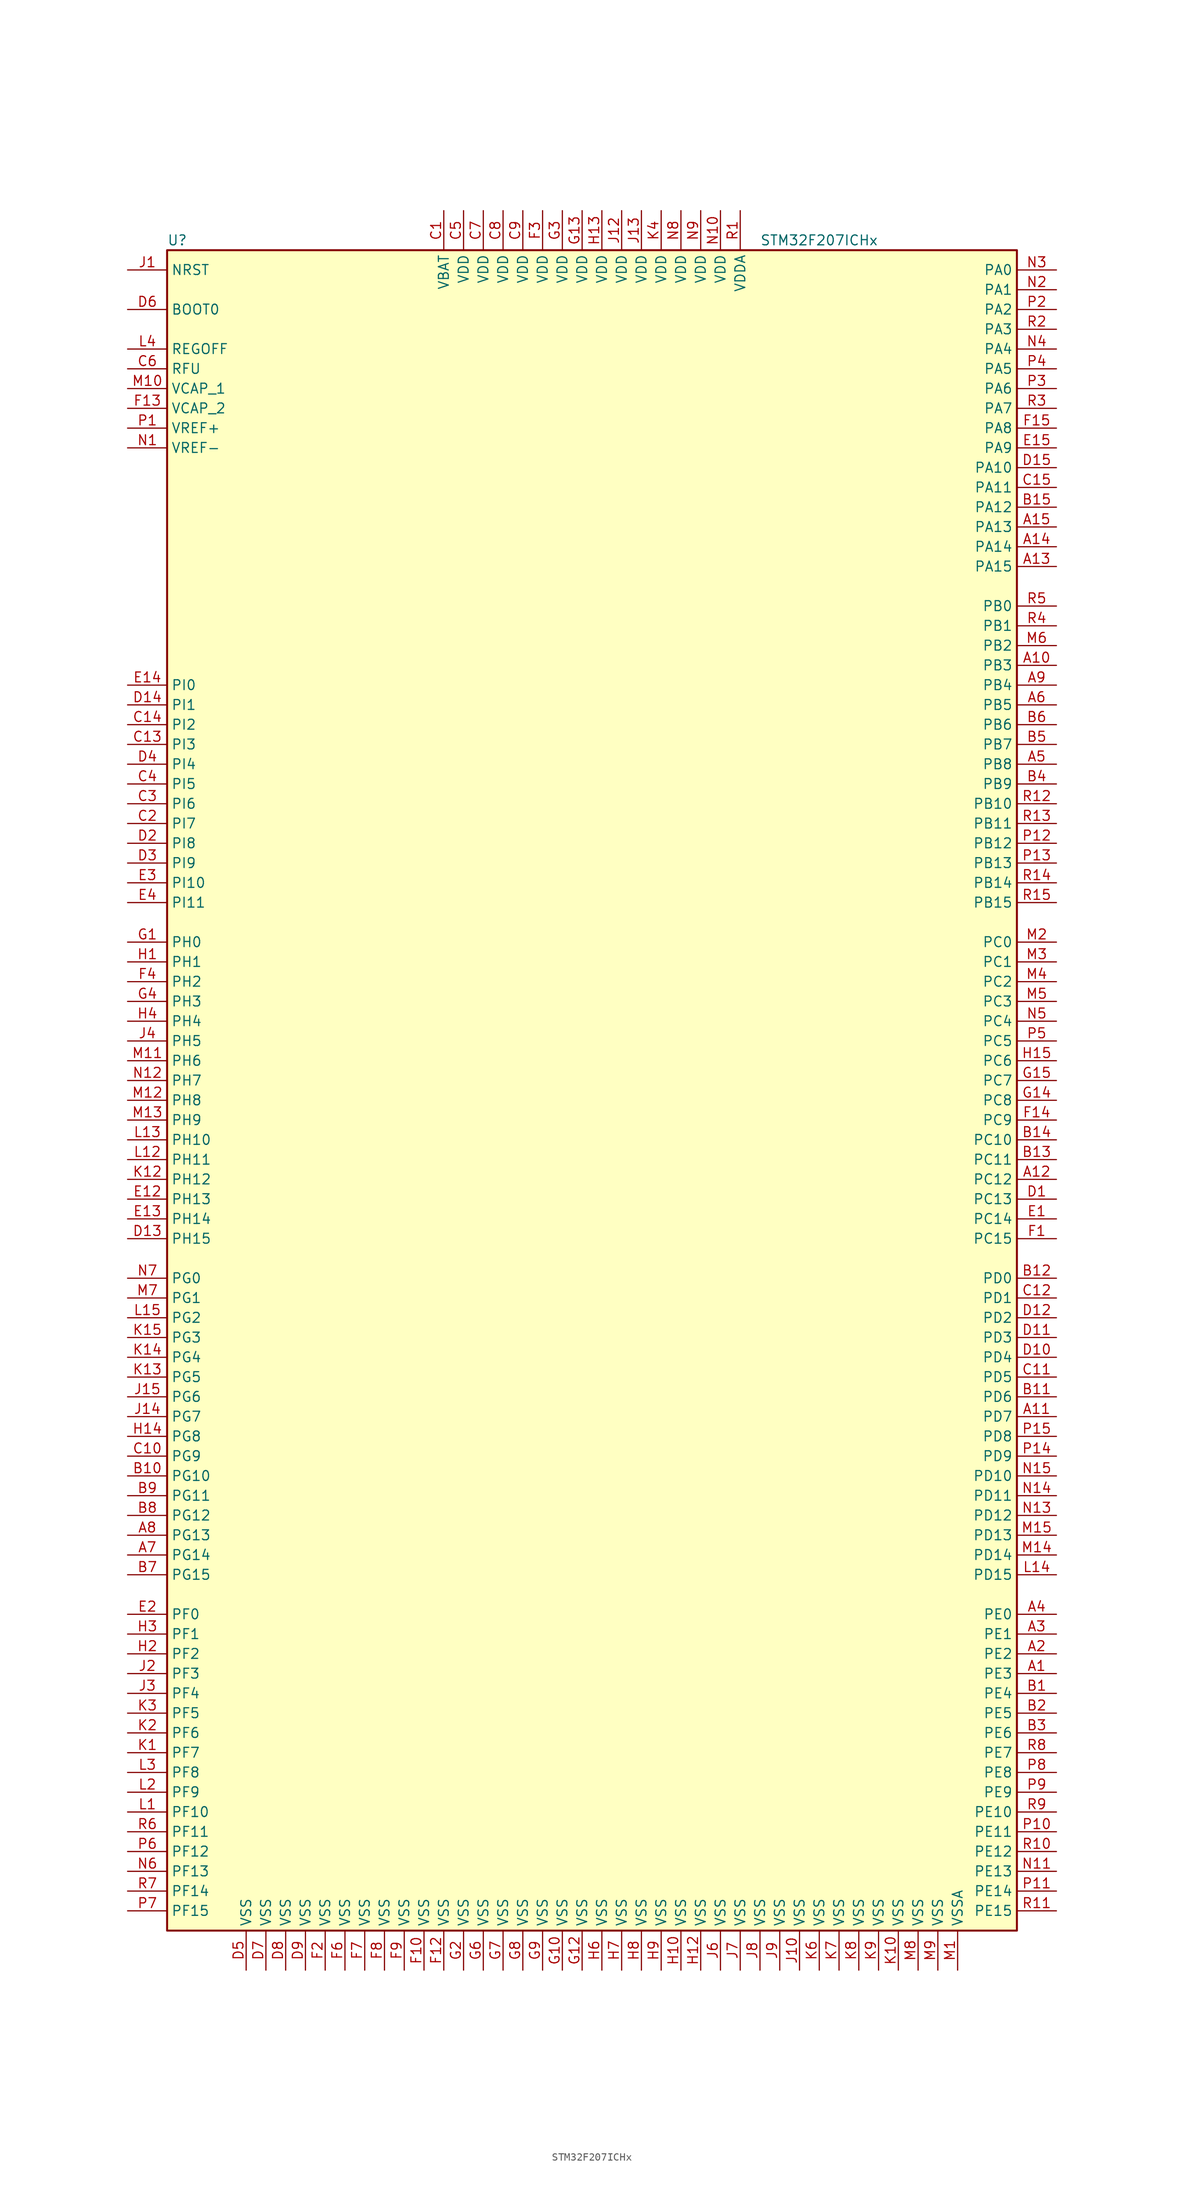
<source format=kicad_sym>
(kicad_symbol_lib
  (version 20201005)
  (generator kicad_symbol_editor)
  (symbol "MCU_ST_STM32F2:STM32F207ICHx"
    (property "Reference" "U"
      (at -55.88 107.95 0)
      (effects (font (size 1.27 1.27)) (justify left)))
    (property "Value" "STM32F207ICHx"
      (at 20.32 107.95 0)
      (effects (font (size 1.27 1.27)) (justify left)))
    (symbol "STM32F207ICHx_0_1"
      (rectangle (start -55.88 -109.22) (end 53.34 106.68) (stroke (width 0.254)) (fill (type background))))
    (symbol "STM32F207ICHx_1_1"
      (pin input line (at -60.96 99.06 0) (length 5.08) (name "BOOT0" (effects (font (size 1.27 1.27)))) (number "D6" (effects (font (size 1.27 1.27)))))
      (pin input line (at -60.96 104.14 0) (length 5.08) (name "NRST" (effects (font (size 1.27 1.27)))) (number "J1" (effects (font (size 1.27 1.27)))))
      (pin bidirectional line (at 58.42 104.14 180) (length 5.08) (name "PA0" (effects (font (size 1.27 1.27)))) (number "N3" (effects (font (size 1.27 1.27)))))
      (pin bidirectional line (at 58.42 101.6 180) (length 5.08) (name "PA1" (effects (font (size 1.27 1.27)))) (number "N2" (effects (font (size 1.27 1.27)))))
      (pin bidirectional line (at 58.42 78.74 180) (length 5.08) (name "PA10" (effects (font (size 1.27 1.27)))) (number "D15" (effects (font (size 1.27 1.27)))))
      (pin bidirectional line (at 58.42 76.2 180) (length 5.08) (name "PA11" (effects (font (size 1.27 1.27)))) (number "C15" (effects (font (size 1.27 1.27)))))
      (pin bidirectional line (at 58.42 73.66 180) (length 5.08) (name "PA12" (effects (font (size 1.27 1.27)))) (number "B15" (effects (font (size 1.27 1.27)))))
      (pin bidirectional line (at 58.42 71.12 180) (length 5.08) (name "PA13" (effects (font (size 1.27 1.27)))) (number "A15" (effects (font (size 1.27 1.27)))))
      (pin bidirectional line (at 58.42 68.58 180) (length 5.08) (name "PA14" (effects (font (size 1.27 1.27)))) (number "A14" (effects (font (size 1.27 1.27)))))
      (pin bidirectional line (at 58.42 66.04 180) (length 5.08) (name "PA15" (effects (font (size 1.27 1.27)))) (number "A13" (effects (font (size 1.27 1.27)))))
      (pin bidirectional line (at 58.42 99.06 180) (length 5.08) (name "PA2" (effects (font (size 1.27 1.27)))) (number "P2" (effects (font (size 1.27 1.27)))))
      (pin bidirectional line (at 58.42 96.52 180) (length 5.08) (name "PA3" (effects (font (size 1.27 1.27)))) (number "R2" (effects (font (size 1.27 1.27)))))
      (pin bidirectional line (at 58.42 93.98 180) (length 5.08) (name "PA4" (effects (font (size 1.27 1.27)))) (number "N4" (effects (font (size 1.27 1.27)))))
      (pin bidirectional line (at 58.42 91.44 180) (length 5.08) (name "PA5" (effects (font (size 1.27 1.27)))) (number "P4" (effects (font (size 1.27 1.27)))))
      (pin bidirectional line (at 58.42 88.9 180) (length 5.08) (name "PA6" (effects (font (size 1.27 1.27)))) (number "P3" (effects (font (size 1.27 1.27)))))
      (pin bidirectional line (at 58.42 86.36 180) (length 5.08) (name "PA7" (effects (font (size 1.27 1.27)))) (number "R3" (effects (font (size 1.27 1.27)))))
      (pin bidirectional line (at 58.42 83.82 180) (length 5.08) (name "PA8" (effects (font (size 1.27 1.27)))) (number "F15" (effects (font (size 1.27 1.27)))))
      (pin bidirectional line (at 58.42 81.28 180) (length 5.08) (name "PA9" (effects (font (size 1.27 1.27)))) (number "E15" (effects (font (size 1.27 1.27)))))
      (pin bidirectional line (at 58.42 60.96 180) (length 5.08) (name "PB0" (effects (font (size 1.27 1.27)))) (number "R5" (effects (font (size 1.27 1.27)))))
      (pin bidirectional line (at 58.42 58.42 180) (length 5.08) (name "PB1" (effects (font (size 1.27 1.27)))) (number "R4" (effects (font (size 1.27 1.27)))))
      (pin bidirectional line (at 58.42 35.56 180) (length 5.08) (name "PB10" (effects (font (size 1.27 1.27)))) (number "R12" (effects (font (size 1.27 1.27)))))
      (pin bidirectional line (at 58.42 33.02 180) (length 5.08) (name "PB11" (effects (font (size 1.27 1.27)))) (number "R13" (effects (font (size 1.27 1.27)))))
      (pin bidirectional line (at 58.42 30.48 180) (length 5.08) (name "PB12" (effects (font (size 1.27 1.27)))) (number "P12" (effects (font (size 1.27 1.27)))))
      (pin bidirectional line (at 58.42 27.94 180) (length 5.08) (name "PB13" (effects (font (size 1.27 1.27)))) (number "P13" (effects (font (size 1.27 1.27)))))
      (pin bidirectional line (at 58.42 25.4 180) (length 5.08) (name "PB14" (effects (font (size 1.27 1.27)))) (number "R14" (effects (font (size 1.27 1.27)))))
      (pin bidirectional line (at 58.42 22.86 180) (length 5.08) (name "PB15" (effects (font (size 1.27 1.27)))) (number "R15" (effects (font (size 1.27 1.27)))))
      (pin bidirectional line (at 58.42 55.88 180) (length 5.08) (name "PB2" (effects (font (size 1.27 1.27)))) (number "M6" (effects (font (size 1.27 1.27)))))
      (pin bidirectional line (at 58.42 53.34 180) (length 5.08) (name "PB3" (effects (font (size 1.27 1.27)))) (number "A10" (effects (font (size 1.27 1.27)))))
      (pin bidirectional line (at 58.42 50.8 180) (length 5.08) (name "PB4" (effects (font (size 1.27 1.27)))) (number "A9" (effects (font (size 1.27 1.27)))))
      (pin bidirectional line (at 58.42 48.26 180) (length 5.08) (name "PB5" (effects (font (size 1.27 1.27)))) (number "A6" (effects (font (size 1.27 1.27)))))
      (pin bidirectional line (at 58.42 45.72 180) (length 5.08) (name "PB6" (effects (font (size 1.27 1.27)))) (number "B6" (effects (font (size 1.27 1.27)))))
      (pin bidirectional line (at 58.42 43.18 180) (length 5.08) (name "PB7" (effects (font (size 1.27 1.27)))) (number "B5" (effects (font (size 1.27 1.27)))))
      (pin bidirectional line (at 58.42 40.64 180) (length 5.08) (name "PB8" (effects (font (size 1.27 1.27)))) (number "A5" (effects (font (size 1.27 1.27)))))
      (pin bidirectional line (at 58.42 38.1 180) (length 5.08) (name "PB9" (effects (font (size 1.27 1.27)))) (number "B4" (effects (font (size 1.27 1.27)))))
      (pin bidirectional line (at 58.42 17.78 180) (length 5.08) (name "PC0" (effects (font (size 1.27 1.27)))) (number "M2" (effects (font (size 1.27 1.27)))))
      (pin bidirectional line (at 58.42 15.24 180) (length 5.08) (name "PC1" (effects (font (size 1.27 1.27)))) (number "M3" (effects (font (size 1.27 1.27)))))
      (pin bidirectional line (at 58.42 -7.62 180) (length 5.08) (name "PC10" (effects (font (size 1.27 1.27)))) (number "B14" (effects (font (size 1.27 1.27)))))
      (pin bidirectional line (at 58.42 -10.16 180) (length 5.08) (name "PC11" (effects (font (size 1.27 1.27)))) (number "B13" (effects (font (size 1.27 1.27)))))
      (pin bidirectional line (at 58.42 -12.7 180) (length 5.08) (name "PC12" (effects (font (size 1.27 1.27)))) (number "A12" (effects (font (size 1.27 1.27)))))
      (pin bidirectional line (at 58.42 -15.24 180) (length 5.08) (name "PC13" (effects (font (size 1.27 1.27)))) (number "D1" (effects (font (size 1.27 1.27)))))
      (pin bidirectional line (at 58.42 -17.78 180) (length 5.08) (name "PC14" (effects (font (size 1.27 1.27)))) (number "E1" (effects (font (size 1.27 1.27)))))
      (pin bidirectional line (at 58.42 -20.32 180) (length 5.08) (name "PC15" (effects (font (size 1.27 1.27)))) (number "F1" (effects (font (size 1.27 1.27)))))
      (pin bidirectional line (at 58.42 12.7 180) (length 5.08) (name "PC2" (effects (font (size 1.27 1.27)))) (number "M4" (effects (font (size 1.27 1.27)))))
      (pin bidirectional line (at 58.42 10.16 180) (length 5.08) (name "PC3" (effects (font (size 1.27 1.27)))) (number "M5" (effects (font (size 1.27 1.27)))))
      (pin bidirectional line (at 58.42 7.62 180) (length 5.08) (name "PC4" (effects (font (size 1.27 1.27)))) (number "N5" (effects (font (size 1.27 1.27)))))
      (pin bidirectional line (at 58.42 5.08 180) (length 5.08) (name "PC5" (effects (font (size 1.27 1.27)))) (number "P5" (effects (font (size 1.27 1.27)))))
      (pin bidirectional line (at 58.42 2.54 180) (length 5.08) (name "PC6" (effects (font (size 1.27 1.27)))) (number "H15" (effects (font (size 1.27 1.27)))))
      (pin bidirectional line (at 58.42 0 180) (length 5.08) (name "PC7" (effects (font (size 1.27 1.27)))) (number "G15" (effects (font (size 1.27 1.27)))))
      (pin bidirectional line (at 58.42 -2.54 180) (length 5.08) (name "PC8" (effects (font (size 1.27 1.27)))) (number "G14" (effects (font (size 1.27 1.27)))))
      (pin bidirectional line (at 58.42 -5.08 180) (length 5.08) (name "PC9" (effects (font (size 1.27 1.27)))) (number "F14" (effects (font (size 1.27 1.27)))))
      (pin bidirectional line (at 58.42 -25.4 180) (length 5.08) (name "PD0" (effects (font (size 1.27 1.27)))) (number "B12" (effects (font (size 1.27 1.27)))))
      (pin bidirectional line (at 58.42 -27.94 180) (length 5.08) (name "PD1" (effects (font (size 1.27 1.27)))) (number "C12" (effects (font (size 1.27 1.27)))))
      (pin bidirectional line (at 58.42 -50.8 180) (length 5.08) (name "PD10" (effects (font (size 1.27 1.27)))) (number "N15" (effects (font (size 1.27 1.27)))))
      (pin bidirectional line (at 58.42 -53.34 180) (length 5.08) (name "PD11" (effects (font (size 1.27 1.27)))) (number "N14" (effects (font (size 1.27 1.27)))))
      (pin bidirectional line (at 58.42 -55.88 180) (length 5.08) (name "PD12" (effects (font (size 1.27 1.27)))) (number "N13" (effects (font (size 1.27 1.27)))))
      (pin bidirectional line (at 58.42 -58.42 180) (length 5.08) (name "PD13" (effects (font (size 1.27 1.27)))) (number "M15" (effects (font (size 1.27 1.27)))))
      (pin bidirectional line (at 58.42 -60.96 180) (length 5.08) (name "PD14" (effects (font (size 1.27 1.27)))) (number "M14" (effects (font (size 1.27 1.27)))))
      (pin bidirectional line (at 58.42 -63.5 180) (length 5.08) (name "PD15" (effects (font (size 1.27 1.27)))) (number "L14" (effects (font (size 1.27 1.27)))))
      (pin bidirectional line (at 58.42 -30.48 180) (length 5.08) (name "PD2" (effects (font (size 1.27 1.27)))) (number "D12" (effects (font (size 1.27 1.27)))))
      (pin bidirectional line (at 58.42 -33.02 180) (length 5.08) (name "PD3" (effects (font (size 1.27 1.27)))) (number "D11" (effects (font (size 1.27 1.27)))))
      (pin bidirectional line (at 58.42 -35.56 180) (length 5.08) (name "PD4" (effects (font (size 1.27 1.27)))) (number "D10" (effects (font (size 1.27 1.27)))))
      (pin bidirectional line (at 58.42 -38.1 180) (length 5.08) (name "PD5" (effects (font (size 1.27 1.27)))) (number "C11" (effects (font (size 1.27 1.27)))))
      (pin bidirectional line (at 58.42 -40.64 180) (length 5.08) (name "PD6" (effects (font (size 1.27 1.27)))) (number "B11" (effects (font (size 1.27 1.27)))))
      (pin bidirectional line (at 58.42 -43.18 180) (length 5.08) (name "PD7" (effects (font (size 1.27 1.27)))) (number "A11" (effects (font (size 1.27 1.27)))))
      (pin bidirectional line (at 58.42 -45.72 180) (length 5.08) (name "PD8" (effects (font (size 1.27 1.27)))) (number "P15" (effects (font (size 1.27 1.27)))))
      (pin bidirectional line (at 58.42 -48.26 180) (length 5.08) (name "PD9" (effects (font (size 1.27 1.27)))) (number "P14" (effects (font (size 1.27 1.27)))))
      (pin bidirectional line (at 58.42 -68.58 180) (length 5.08) (name "PE0" (effects (font (size 1.27 1.27)))) (number "A4" (effects (font (size 1.27 1.27)))))
      (pin bidirectional line (at 58.42 -71.12 180) (length 5.08) (name "PE1" (effects (font (size 1.27 1.27)))) (number "A3" (effects (font (size 1.27 1.27)))))
      (pin bidirectional line (at 58.42 -93.98 180) (length 5.08) (name "PE10" (effects (font (size 1.27 1.27)))) (number "R9" (effects (font (size 1.27 1.27)))))
      (pin bidirectional line (at 58.42 -96.52 180) (length 5.08) (name "PE11" (effects (font (size 1.27 1.27)))) (number "P10" (effects (font (size 1.27 1.27)))))
      (pin bidirectional line (at 58.42 -99.06 180) (length 5.08) (name "PE12" (effects (font (size 1.27 1.27)))) (number "R10" (effects (font (size 1.27 1.27)))))
      (pin bidirectional line (at 58.42 -101.6 180) (length 5.08) (name "PE13" (effects (font (size 1.27 1.27)))) (number "N11" (effects (font (size 1.27 1.27)))))
      (pin bidirectional line (at 58.42 -104.14 180) (length 5.08) (name "PE14" (effects (font (size 1.27 1.27)))) (number "P11" (effects (font (size 1.27 1.27)))))
      (pin bidirectional line (at 58.42 -106.68 180) (length 5.08) (name "PE15" (effects (font (size 1.27 1.27)))) (number "R11" (effects (font (size 1.27 1.27)))))
      (pin bidirectional line (at 58.42 -73.66 180) (length 5.08) (name "PE2" (effects (font (size 1.27 1.27)))) (number "A2" (effects (font (size 1.27 1.27)))))
      (pin bidirectional line (at 58.42 -76.2 180) (length 5.08) (name "PE3" (effects (font (size 1.27 1.27)))) (number "A1" (effects (font (size 1.27 1.27)))))
      (pin bidirectional line (at 58.42 -78.74 180) (length 5.08) (name "PE4" (effects (font (size 1.27 1.27)))) (number "B1" (effects (font (size 1.27 1.27)))))
      (pin bidirectional line (at 58.42 -81.28 180) (length 5.08) (name "PE5" (effects (font (size 1.27 1.27)))) (number "B2" (effects (font (size 1.27 1.27)))))
      (pin bidirectional line (at 58.42 -83.82 180) (length 5.08) (name "PE6" (effects (font (size 1.27 1.27)))) (number "B3" (effects (font (size 1.27 1.27)))))
      (pin bidirectional line (at 58.42 -86.36 180) (length 5.08) (name "PE7" (effects (font (size 1.27 1.27)))) (number "R8" (effects (font (size 1.27 1.27)))))
      (pin bidirectional line (at 58.42 -88.9 180) (length 5.08) (name "PE8" (effects (font (size 1.27 1.27)))) (number "P8" (effects (font (size 1.27 1.27)))))
      (pin bidirectional line (at 58.42 -91.44 180) (length 5.08) (name "PE9" (effects (font (size 1.27 1.27)))) (number "P9" (effects (font (size 1.27 1.27)))))
      (pin bidirectional line (at -60.96 -68.58 0) (length 5.08) (name "PF0" (effects (font (size 1.27 1.27)))) (number "E2" (effects (font (size 1.27 1.27)))))
      (pin bidirectional line (at -60.96 -71.12 0) (length 5.08) (name "PF1" (effects (font (size 1.27 1.27)))) (number "H3" (effects (font (size 1.27 1.27)))))
      (pin bidirectional line (at -60.96 -93.98 0) (length 5.08) (name "PF10" (effects (font (size 1.27 1.27)))) (number "L1" (effects (font (size 1.27 1.27)))))
      (pin bidirectional line (at -60.96 -96.52 0) (length 5.08) (name "PF11" (effects (font (size 1.27 1.27)))) (number "R6" (effects (font (size 1.27 1.27)))))
      (pin bidirectional line (at -60.96 -99.06 0) (length 5.08) (name "PF12" (effects (font (size 1.27 1.27)))) (number "P6" (effects (font (size 1.27 1.27)))))
      (pin bidirectional line (at -60.96 -101.6 0) (length 5.08) (name "PF13" (effects (font (size 1.27 1.27)))) (number "N6" (effects (font (size 1.27 1.27)))))
      (pin bidirectional line (at -60.96 -104.14 0) (length 5.08) (name "PF14" (effects (font (size 1.27 1.27)))) (number "R7" (effects (font (size 1.27 1.27)))))
      (pin bidirectional line (at -60.96 -106.68 0) (length 5.08) (name "PF15" (effects (font (size 1.27 1.27)))) (number "P7" (effects (font (size 1.27 1.27)))))
      (pin bidirectional line (at -60.96 -73.66 0) (length 5.08) (name "PF2" (effects (font (size 1.27 1.27)))) (number "H2" (effects (font (size 1.27 1.27)))))
      (pin bidirectional line (at -60.96 -76.2 0) (length 5.08) (name "PF3" (effects (font (size 1.27 1.27)))) (number "J2" (effects (font (size 1.27 1.27)))))
      (pin bidirectional line (at -60.96 -78.74 0) (length 5.08) (name "PF4" (effects (font (size 1.27 1.27)))) (number "J3" (effects (font (size 1.27 1.27)))))
      (pin bidirectional line (at -60.96 -81.28 0) (length 5.08) (name "PF5" (effects (font (size 1.27 1.27)))) (number "K3" (effects (font (size 1.27 1.27)))))
      (pin bidirectional line (at -60.96 -83.82 0) (length 5.08) (name "PF6" (effects (font (size 1.27 1.27)))) (number "K2" (effects (font (size 1.27 1.27)))))
      (pin bidirectional line (at -60.96 -86.36 0) (length 5.08) (name "PF7" (effects (font (size 1.27 1.27)))) (number "K1" (effects (font (size 1.27 1.27)))))
      (pin bidirectional line (at -60.96 -88.9 0) (length 5.08) (name "PF8" (effects (font (size 1.27 1.27)))) (number "L3" (effects (font (size 1.27 1.27)))))
      (pin bidirectional line (at -60.96 -91.44 0) (length 5.08) (name "PF9" (effects (font (size 1.27 1.27)))) (number "L2" (effects (font (size 1.27 1.27)))))
      (pin bidirectional line (at -60.96 -25.4 0) (length 5.08) (name "PG0" (effects (font (size 1.27 1.27)))) (number "N7" (effects (font (size 1.27 1.27)))))
      (pin bidirectional line (at -60.96 -27.94 0) (length 5.08) (name "PG1" (effects (font (size 1.27 1.27)))) (number "M7" (effects (font (size 1.27 1.27)))))
      (pin bidirectional line (at -60.96 -50.8 0) (length 5.08) (name "PG10" (effects (font (size 1.27 1.27)))) (number "B10" (effects (font (size 1.27 1.27)))))
      (pin bidirectional line (at -60.96 -53.34 0) (length 5.08) (name "PG11" (effects (font (size 1.27 1.27)))) (number "B9" (effects (font (size 1.27 1.27)))))
      (pin bidirectional line (at -60.96 -55.88 0) (length 5.08) (name "PG12" (effects (font (size 1.27 1.27)))) (number "B8" (effects (font (size 1.27 1.27)))))
      (pin bidirectional line (at -60.96 -58.42 0) (length 5.08) (name "PG13" (effects (font (size 1.27 1.27)))) (number "A8" (effects (font (size 1.27 1.27)))))
      (pin bidirectional line (at -60.96 -60.96 0) (length 5.08) (name "PG14" (effects (font (size 1.27 1.27)))) (number "A7" (effects (font (size 1.27 1.27)))))
      (pin bidirectional line (at -60.96 -63.5 0) (length 5.08) (name "PG15" (effects (font (size 1.27 1.27)))) (number "B7" (effects (font (size 1.27 1.27)))))
      (pin bidirectional line (at -60.96 -30.48 0) (length 5.08) (name "PG2" (effects (font (size 1.27 1.27)))) (number "L15" (effects (font (size 1.27 1.27)))))
      (pin bidirectional line (at -60.96 -33.02 0) (length 5.08) (name "PG3" (effects (font (size 1.27 1.27)))) (number "K15" (effects (font (size 1.27 1.27)))))
      (pin bidirectional line (at -60.96 -35.56 0) (length 5.08) (name "PG4" (effects (font (size 1.27 1.27)))) (number "K14" (effects (font (size 1.27 1.27)))))
      (pin bidirectional line (at -60.96 -38.1 0) (length 5.08) (name "PG5" (effects (font (size 1.27 1.27)))) (number "K13" (effects (font (size 1.27 1.27)))))
      (pin bidirectional line (at -60.96 -40.64 0) (length 5.08) (name "PG6" (effects (font (size 1.27 1.27)))) (number "J15" (effects (font (size 1.27 1.27)))))
      (pin bidirectional line (at -60.96 -43.18 0) (length 5.08) (name "PG7" (effects (font (size 1.27 1.27)))) (number "J14" (effects (font (size 1.27 1.27)))))
      (pin bidirectional line (at -60.96 -45.72 0) (length 5.08) (name "PG8" (effects (font (size 1.27 1.27)))) (number "H14" (effects (font (size 1.27 1.27)))))
      (pin bidirectional line (at -60.96 -48.26 0) (length 5.08) (name "PG9" (effects (font (size 1.27 1.27)))) (number "C10" (effects (font (size 1.27 1.27)))))
      (pin input line (at -60.96 17.78 0) (length 5.08) (name "PH0" (effects (font (size 1.27 1.27)))) (number "G1" (effects (font (size 1.27 1.27)))))
      (pin input line (at -60.96 15.24 0) (length 5.08) (name "PH1" (effects (font (size 1.27 1.27)))) (number "H1" (effects (font (size 1.27 1.27)))))
      (pin bidirectional line (at -60.96 -7.62 0) (length 5.08) (name "PH10" (effects (font (size 1.27 1.27)))) (number "L13" (effects (font (size 1.27 1.27)))))
      (pin bidirectional line (at -60.96 -10.16 0) (length 5.08) (name "PH11" (effects (font (size 1.27 1.27)))) (number "L12" (effects (font (size 1.27 1.27)))))
      (pin bidirectional line (at -60.96 -12.7 0) (length 5.08) (name "PH12" (effects (font (size 1.27 1.27)))) (number "K12" (effects (font (size 1.27 1.27)))))
      (pin bidirectional line (at -60.96 -15.24 0) (length 5.08) (name "PH13" (effects (font (size 1.27 1.27)))) (number "E12" (effects (font (size 1.27 1.27)))))
      (pin bidirectional line (at -60.96 -17.78 0) (length 5.08) (name "PH14" (effects (font (size 1.27 1.27)))) (number "E13" (effects (font (size 1.27 1.27)))))
      (pin bidirectional line (at -60.96 -20.32 0) (length 5.08) (name "PH15" (effects (font (size 1.27 1.27)))) (number "D13" (effects (font (size 1.27 1.27)))))
      (pin bidirectional line (at -60.96 12.7 0) (length 5.08) (name "PH2" (effects (font (size 1.27 1.27)))) (number "F4" (effects (font (size 1.27 1.27)))))
      (pin bidirectional line (at -60.96 10.16 0) (length 5.08) (name "PH3" (effects (font (size 1.27 1.27)))) (number "G4" (effects (font (size 1.27 1.27)))))
      (pin bidirectional line (at -60.96 7.62 0) (length 5.08) (name "PH4" (effects (font (size 1.27 1.27)))) (number "H4" (effects (font (size 1.27 1.27)))))
      (pin bidirectional line (at -60.96 5.08 0) (length 5.08) (name "PH5" (effects (font (size 1.27 1.27)))) (number "J4" (effects (font (size 1.27 1.27)))))
      (pin bidirectional line (at -60.96 2.54 0) (length 5.08) (name "PH6" (effects (font (size 1.27 1.27)))) (number "M11" (effects (font (size 1.27 1.27)))))
      (pin bidirectional line (at -60.96 0 0) (length 5.08) (name "PH7" (effects (font (size 1.27 1.27)))) (number "N12" (effects (font (size 1.27 1.27)))))
      (pin bidirectional line (at -60.96 -2.54 0) (length 5.08) (name "PH8" (effects (font (size 1.27 1.27)))) (number "M12" (effects (font (size 1.27 1.27)))))
      (pin bidirectional line (at -60.96 -5.08 0) (length 5.08) (name "PH9" (effects (font (size 1.27 1.27)))) (number "M13" (effects (font (size 1.27 1.27)))))
      (pin bidirectional line (at -60.96 50.8 0) (length 5.08) (name "PI0" (effects (font (size 1.27 1.27)))) (number "E14" (effects (font (size 1.27 1.27)))))
      (pin bidirectional line (at -60.96 48.26 0) (length 5.08) (name "PI1" (effects (font (size 1.27 1.27)))) (number "D14" (effects (font (size 1.27 1.27)))))
      (pin bidirectional line (at -60.96 25.4 0) (length 5.08) (name "PI10" (effects (font (size 1.27 1.27)))) (number "E3" (effects (font (size 1.27 1.27)))))
      (pin bidirectional line (at -60.96 22.86 0) (length 5.08) (name "PI11" (effects (font (size 1.27 1.27)))) (number "E4" (effects (font (size 1.27 1.27)))))
      (pin bidirectional line (at -60.96 45.72 0) (length 5.08) (name "PI2" (effects (font (size 1.27 1.27)))) (number "C14" (effects (font (size 1.27 1.27)))))
      (pin bidirectional line (at -60.96 43.18 0) (length 5.08) (name "PI3" (effects (font (size 1.27 1.27)))) (number "C13" (effects (font (size 1.27 1.27)))))
      (pin bidirectional line (at -60.96 40.64 0) (length 5.08) (name "PI4" (effects (font (size 1.27 1.27)))) (number "D4" (effects (font (size 1.27 1.27)))))
      (pin bidirectional line (at -60.96 38.1 0) (length 5.08) (name "PI5" (effects (font (size 1.27 1.27)))) (number "C4" (effects (font (size 1.27 1.27)))))
      (pin bidirectional line (at -60.96 35.56 0) (length 5.08) (name "PI6" (effects (font (size 1.27 1.27)))) (number "C3" (effects (font (size 1.27 1.27)))))
      (pin bidirectional line (at -60.96 33.02 0) (length 5.08) (name "PI7" (effects (font (size 1.27 1.27)))) (number "C2" (effects (font (size 1.27 1.27)))))
      (pin bidirectional line (at -60.96 30.48 0) (length 5.08) (name "PI8" (effects (font (size 1.27 1.27)))) (number "D2" (effects (font (size 1.27 1.27)))))
      (pin bidirectional line (at -60.96 27.94 0) (length 5.08) (name "PI9" (effects (font (size 1.27 1.27)))) (number "D3" (effects (font (size 1.27 1.27)))))
      (pin power_in line (at -60.96 93.98 0) (length 5.08) (name "REGOFF" (effects (font (size 1.27 1.27)))) (number "L4" (effects (font (size 1.27 1.27)))))
      (pin power_in line (at -60.96 91.44 0) (length 5.08) (name "RFU" (effects (font (size 1.27 1.27)))) (number "C6" (effects (font (size 1.27 1.27)))))
      (pin power_in line (at -20.32 111.76 270) (length 5.08) (name "VBAT" (effects (font (size 1.27 1.27)))) (number "C1" (effects (font (size 1.27 1.27)))))
      (pin power_in line (at -60.96 88.9 0) (length 5.08) (name "VCAP_1" (effects (font (size 1.27 1.27)))) (number "M10" (effects (font (size 1.27 1.27)))))
      (pin power_in line (at -60.96 86.36 0) (length 5.08) (name "VCAP_2" (effects (font (size 1.27 1.27)))) (number "F13" (effects (font (size 1.27 1.27)))))
      (pin power_in line (at -17.78 111.76 270) (length 5.08) (name "VDD" (effects (font (size 1.27 1.27)))) (number "C5" (effects (font (size 1.27 1.27)))))
      (pin power_in line (at -15.24 111.76 270) (length 5.08) (name "VDD" (effects (font (size 1.27 1.27)))) (number "C7" (effects (font (size 1.27 1.27)))))
      (pin power_in line (at -12.7 111.76 270) (length 5.08) (name "VDD" (effects (font (size 1.27 1.27)))) (number "C8" (effects (font (size 1.27 1.27)))))
      (pin power_in line (at -10.16 111.76 270) (length 5.08) (name "VDD" (effects (font (size 1.27 1.27)))) (number "C9" (effects (font (size 1.27 1.27)))))
      (pin power_in line (at -7.62 111.76 270) (length 5.08) (name "VDD" (effects (font (size 1.27 1.27)))) (number "F3" (effects (font (size 1.27 1.27)))))
      (pin power_in line (at -2.54 111.76 270) (length 5.08) (name "VDD" (effects (font (size 1.27 1.27)))) (number "G13" (effects (font (size 1.27 1.27)))))
      (pin power_in line (at -5.08 111.76 270) (length 5.08) (name "VDD" (effects (font (size 1.27 1.27)))) (number "G3" (effects (font (size 1.27 1.27)))))
      (pin power_in line (at 0 111.76 270) (length 5.08) (name "VDD" (effects (font (size 1.27 1.27)))) (number "H13" (effects (font (size 1.27 1.27)))))
      (pin power_in line (at 2.54 111.76 270) (length 5.08) (name "VDD" (effects (font (size 1.27 1.27)))) (number "J12" (effects (font (size 1.27 1.27)))))
      (pin power_in line (at 5.08 111.76 270) (length 5.08) (name "VDD" (effects (font (size 1.27 1.27)))) (number "J13" (effects (font (size 1.27 1.27)))))
      (pin power_in line (at 7.62 111.76 270) (length 5.08) (name "VDD" (effects (font (size 1.27 1.27)))) (number "K4" (effects (font (size 1.27 1.27)))))
      (pin power_in line (at 15.24 111.76 270) (length 5.08) (name "VDD" (effects (font (size 1.27 1.27)))) (number "N10" (effects (font (size 1.27 1.27)))))
      (pin power_in line (at 10.16 111.76 270) (length 5.08) (name "VDD" (effects (font (size 1.27 1.27)))) (number "N8" (effects (font (size 1.27 1.27)))))
      (pin power_in line (at 12.7 111.76 270) (length 5.08) (name "VDD" (effects (font (size 1.27 1.27)))) (number "N9" (effects (font (size 1.27 1.27)))))
      (pin power_in line (at 17.78 111.76 270) (length 5.08) (name "VDDA" (effects (font (size 1.27 1.27)))) (number "R1" (effects (font (size 1.27 1.27)))))
      (pin power_in line (at -60.96 83.82 0) (length 5.08) (name "VREF+" (effects (font (size 1.27 1.27)))) (number "P1" (effects (font (size 1.27 1.27)))))
      (pin power_in line (at -60.96 81.28 0) (length 5.08) (name "VREF-" (effects (font (size 1.27 1.27)))) (number "N1" (effects (font (size 1.27 1.27)))))
      (pin power_in line (at -45.72 -114.3 90) (length 5.08) (name "VSS" (effects (font (size 1.27 1.27)))) (number "D5" (effects (font (size 1.27 1.27)))))
      (pin power_in line (at -43.18 -114.3 90) (length 5.08) (name "VSS" (effects (font (size 1.27 1.27)))) (number "D7" (effects (font (size 1.27 1.27)))))
      (pin power_in line (at -40.64 -114.3 90) (length 5.08) (name "VSS" (effects (font (size 1.27 1.27)))) (number "D8" (effects (font (size 1.27 1.27)))))
      (pin power_in line (at -38.1 -114.3 90) (length 5.08) (name "VSS" (effects (font (size 1.27 1.27)))) (number "D9" (effects (font (size 1.27 1.27)))))
      (pin power_in line (at -22.86 -114.3 90) (length 5.08) (name "VSS" (effects (font (size 1.27 1.27)))) (number "F10" (effects (font (size 1.27 1.27)))))
      (pin power_in line (at -20.32 -114.3 90) (length 5.08) (name "VSS" (effects (font (size 1.27 1.27)))) (number "F12" (effects (font (size 1.27 1.27)))))
      (pin power_in line (at -35.56 -114.3 90) (length 5.08) (name "VSS" (effects (font (size 1.27 1.27)))) (number "F2" (effects (font (size 1.27 1.27)))))
      (pin power_in line (at -33.02 -114.3 90) (length 5.08) (name "VSS" (effects (font (size 1.27 1.27)))) (number "F6" (effects (font (size 1.27 1.27)))))
      (pin power_in line (at -30.48 -114.3 90) (length 5.08) (name "VSS" (effects (font (size 1.27 1.27)))) (number "F7" (effects (font (size 1.27 1.27)))))
      (pin power_in line (at -27.94 -114.3 90) (length 5.08) (name "VSS" (effects (font (size 1.27 1.27)))) (number "F8" (effects (font (size 1.27 1.27)))))
      (pin power_in line (at -25.4 -114.3 90) (length 5.08) (name "VSS" (effects (font (size 1.27 1.27)))) (number "F9" (effects (font (size 1.27 1.27)))))
      (pin power_in line (at -5.08 -114.3 90) (length 5.08) (name "VSS" (effects (font (size 1.27 1.27)))) (number "G10" (effects (font (size 1.27 1.27)))))
      (pin power_in line (at -2.54 -114.3 90) (length 5.08) (name "VSS" (effects (font (size 1.27 1.27)))) (number "G12" (effects (font (size 1.27 1.27)))))
      (pin power_in line (at -17.78 -114.3 90) (length 5.08) (name "VSS" (effects (font (size 1.27 1.27)))) (number "G2" (effects (font (size 1.27 1.27)))))
      (pin power_in line (at -15.24 -114.3 90) (length 5.08) (name "VSS" (effects (font (size 1.27 1.27)))) (number "G6" (effects (font (size 1.27 1.27)))))
      (pin power_in line (at -12.7 -114.3 90) (length 5.08) (name "VSS" (effects (font (size 1.27 1.27)))) (number "G7" (effects (font (size 1.27 1.27)))))
      (pin power_in line (at -10.16 -114.3 90) (length 5.08) (name "VSS" (effects (font (size 1.27 1.27)))) (number "G8" (effects (font (size 1.27 1.27)))))
      (pin power_in line (at -7.62 -114.3 90) (length 5.08) (name "VSS" (effects (font (size 1.27 1.27)))) (number "G9" (effects (font (size 1.27 1.27)))))
      (pin power_in line (at 10.16 -114.3 90) (length 5.08) (name "VSS" (effects (font (size 1.27 1.27)))) (number "H10" (effects (font (size 1.27 1.27)))))
      (pin power_in line (at 12.7 -114.3 90) (length 5.08) (name "VSS" (effects (font (size 1.27 1.27)))) (number "H12" (effects (font (size 1.27 1.27)))))
      (pin power_in line (at 0 -114.3 90) (length 5.08) (name "VSS" (effects (font (size 1.27 1.27)))) (number "H6" (effects (font (size 1.27 1.27)))))
      (pin power_in line (at 2.54 -114.3 90) (length 5.08) (name "VSS" (effects (font (size 1.27 1.27)))) (number "H7" (effects (font (size 1.27 1.27)))))
      (pin power_in line (at 5.08 -114.3 90) (length 5.08) (name "VSS" (effects (font (size 1.27 1.27)))) (number "H8" (effects (font (size 1.27 1.27)))))
      (pin power_in line (at 7.62 -114.3 90) (length 5.08) (name "VSS" (effects (font (size 1.27 1.27)))) (number "H9" (effects (font (size 1.27 1.27)))))
      (pin power_in line (at 25.4 -114.3 90) (length 5.08) (name "VSS" (effects (font (size 1.27 1.27)))) (number "J10" (effects (font (size 1.27 1.27)))))
      (pin power_in line (at 15.24 -114.3 90) (length 5.08) (name "VSS" (effects (font (size 1.27 1.27)))) (number "J6" (effects (font (size 1.27 1.27)))))
      (pin power_in line (at 17.78 -114.3 90) (length 5.08) (name "VSS" (effects (font (size 1.27 1.27)))) (number "J7" (effects (font (size 1.27 1.27)))))
      (pin power_in line (at 20.32 -114.3 90) (length 5.08) (name "VSS" (effects (font (size 1.27 1.27)))) (number "J8" (effects (font (size 1.27 1.27)))))
      (pin power_in line (at 22.86 -114.3 90) (length 5.08) (name "VSS" (effects (font (size 1.27 1.27)))) (number "J9" (effects (font (size 1.27 1.27)))))
      (pin power_in line (at 38.1 -114.3 90) (length 5.08) (name "VSS" (effects (font (size 1.27 1.27)))) (number "K10" (effects (font (size 1.27 1.27)))))
      (pin power_in line (at 27.94 -114.3 90) (length 5.08) (name "VSS" (effects (font (size 1.27 1.27)))) (number "K6" (effects (font (size 1.27 1.27)))))
      (pin power_in line (at 30.48 -114.3 90) (length 5.08) (name "VSS" (effects (font (size 1.27 1.27)))) (number "K7" (effects (font (size 1.27 1.27)))))
      (pin power_in line (at 33.02 -114.3 90) (length 5.08) (name "VSS" (effects (font (size 1.27 1.27)))) (number "K8" (effects (font (size 1.27 1.27)))))
      (pin power_in line (at 35.56 -114.3 90) (length 5.08) (name "VSS" (effects (font (size 1.27 1.27)))) (number "K9" (effects (font (size 1.27 1.27)))))
      (pin power_in line (at 40.64 -114.3 90) (length 5.08) (name "VSS" (effects (font (size 1.27 1.27)))) (number "M8" (effects (font (size 1.27 1.27)))))
      (pin power_in line (at 43.18 -114.3 90) (length 5.08) (name "VSS" (effects (font (size 1.27 1.27)))) (number "M9" (effects (font (size 1.27 1.27)))))
      (pin power_in line (at 45.72 -114.3 90) (length 5.08) (name "VSSA" (effects (font (size 1.27 1.27)))) (number "M1" (effects (font (size 1.27 1.27))))))))
</source>
